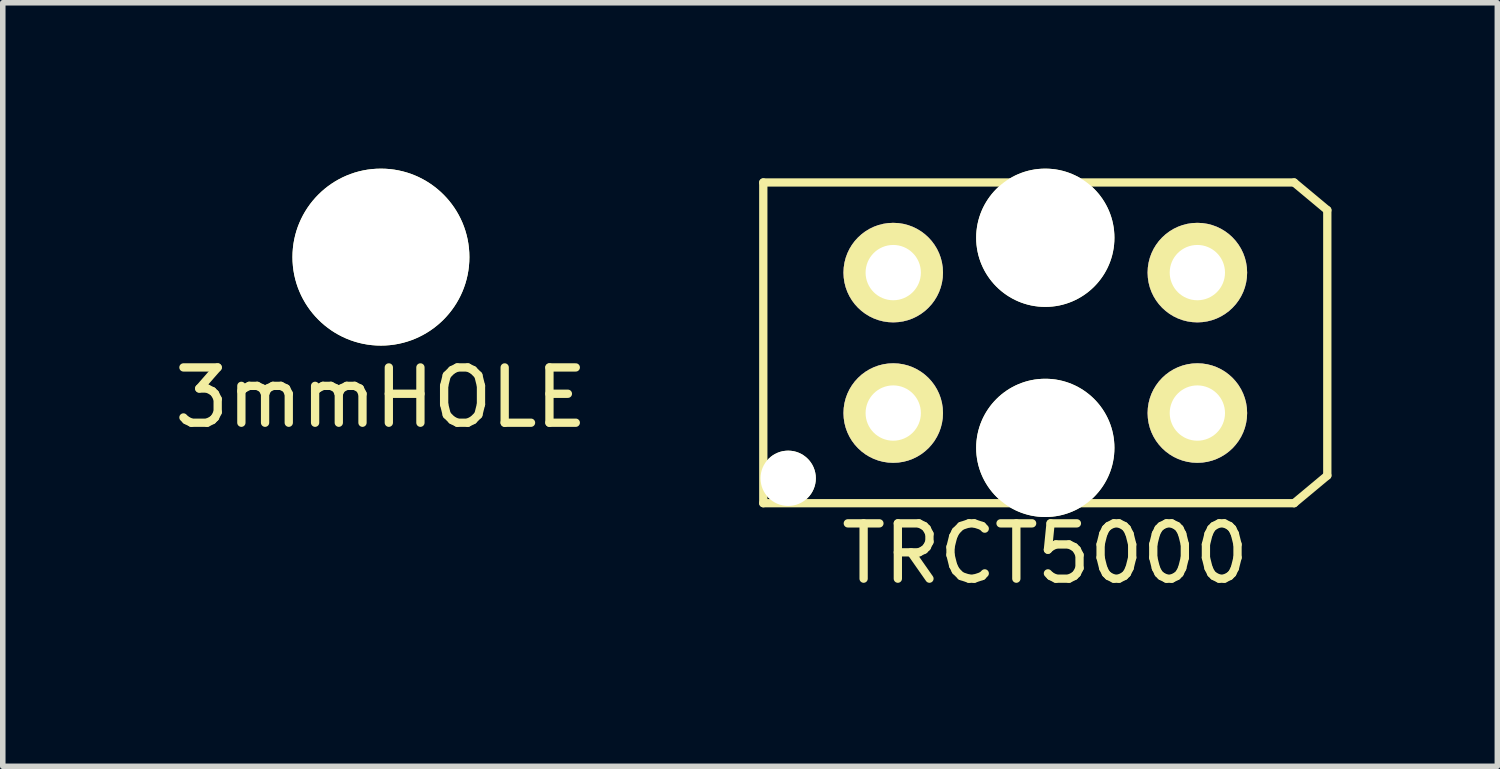
<source format=kicad_pcb>
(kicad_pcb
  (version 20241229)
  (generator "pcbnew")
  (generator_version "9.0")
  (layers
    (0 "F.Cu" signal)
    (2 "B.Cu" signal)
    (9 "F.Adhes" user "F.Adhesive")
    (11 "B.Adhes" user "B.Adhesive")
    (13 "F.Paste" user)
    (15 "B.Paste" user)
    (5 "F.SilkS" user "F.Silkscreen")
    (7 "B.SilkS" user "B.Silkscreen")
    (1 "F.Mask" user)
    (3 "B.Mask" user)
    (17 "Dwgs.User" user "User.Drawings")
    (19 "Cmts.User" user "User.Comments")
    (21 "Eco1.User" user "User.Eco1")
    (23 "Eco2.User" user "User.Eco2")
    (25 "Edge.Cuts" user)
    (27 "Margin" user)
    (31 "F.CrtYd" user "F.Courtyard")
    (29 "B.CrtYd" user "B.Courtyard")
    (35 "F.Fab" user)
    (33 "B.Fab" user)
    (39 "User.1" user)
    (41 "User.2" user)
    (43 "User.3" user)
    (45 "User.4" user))
  (footprint "TRCT5000"
    (layer "F.Cu")
    (at 15.854 3.15)
    (property "Reference" "TRCT5000" (at 0 3.81 0) (layer "F.SilkS") (effects (font (size 1 1) (thickness 0.15))))
    (attr through_hole)
    (fp_line (start -5.1 -2.9) (end -5.1 2.9) (stroke (width 0.15) (type solid)) (layer "F.SilkS"))
    (fp_line (start -5.1 -2.9) (end 4.5 -2.9) (stroke (width 0.15) (type solid)) (layer "F.SilkS"))
    (fp_line (start 4.5 -2.9) (end 5.1 -2.4) (stroke (width 0.15) (type solid)) (layer "F.SilkS"))
    (fp_line (start 4.5 2.9) (end -5.1 2.9) (stroke (width 0.15) (type solid)) (layer "F.SilkS"))
    (fp_line (start 5.1 -2.4) (end 5.1 2.4) (stroke (width 0.15) (type solid)) (layer "F.SilkS"))
    (fp_line (start 5.1 2.4) (end 4.5 2.9) (stroke (width 0.15) (type solid)) (layer "F.SilkS"))
    (pad "" np_thru_hole circle (at -4.65 2.45) (size 1 1) (drill 1) (layers "*.Cu" "*.Mask" "F.SilkS"))
    (pad "" np_thru_hole circle (at 0 -1.9) (size 2.5 2.5) (drill 2.5) (layers "*.Cu" "*.Mask" "F.SilkS"))
    (pad "" np_thru_hole circle (at 0 1.9) (size 2.5 2.5) (drill 2.5) (layers "*.Cu" "*.Mask" "F.SilkS"))
    (pad "1" thru_hole circle (at 2.75 -1.27) (size 1.8 1.8) (drill 1) (layers "*.Cu" "*.Mask" "F.SilkS"))
    (pad "2" thru_hole circle (at -2.75 -1.27) (size 1.8 1.8) (drill 1) (layers "*.Cu" "*.Mask" "F.SilkS"))
    (pad "3" thru_hole circle (at -2.75 1.27) (size 1.8 1.8) (drill 1) (layers "*.Cu" "*.Mask" "F.SilkS"))
    (pad "4" thru_hole circle (at 2.75 1.27) (size 1.8 1.8) (drill 1) (layers "*.Cu" "*.Mask" "F.SilkS")))
  (footprint "3mmHOLE"
    (layer "F.Cu")
    (at 3.839 1.6)
    (property "Reference" "3mmHOLE" (at 0 2.54 0) (layer "F.SilkS") (effects (font (size 1 1) (thickness 0.15))))
    (attr through_hole)
    (pad "" np_thru_hole circle (at 0 0) (size 3.2 3.2) (drill 3.2) (layers "*.Cu" "*.Mask" "F.SilkS")))
  (gr_rect
    (start -3 -3)
    (end 24.029 10.808)
    (stroke (width 0.1) (type default))
    (fill no)
    (layer "Edge.Cuts")))
</source>
